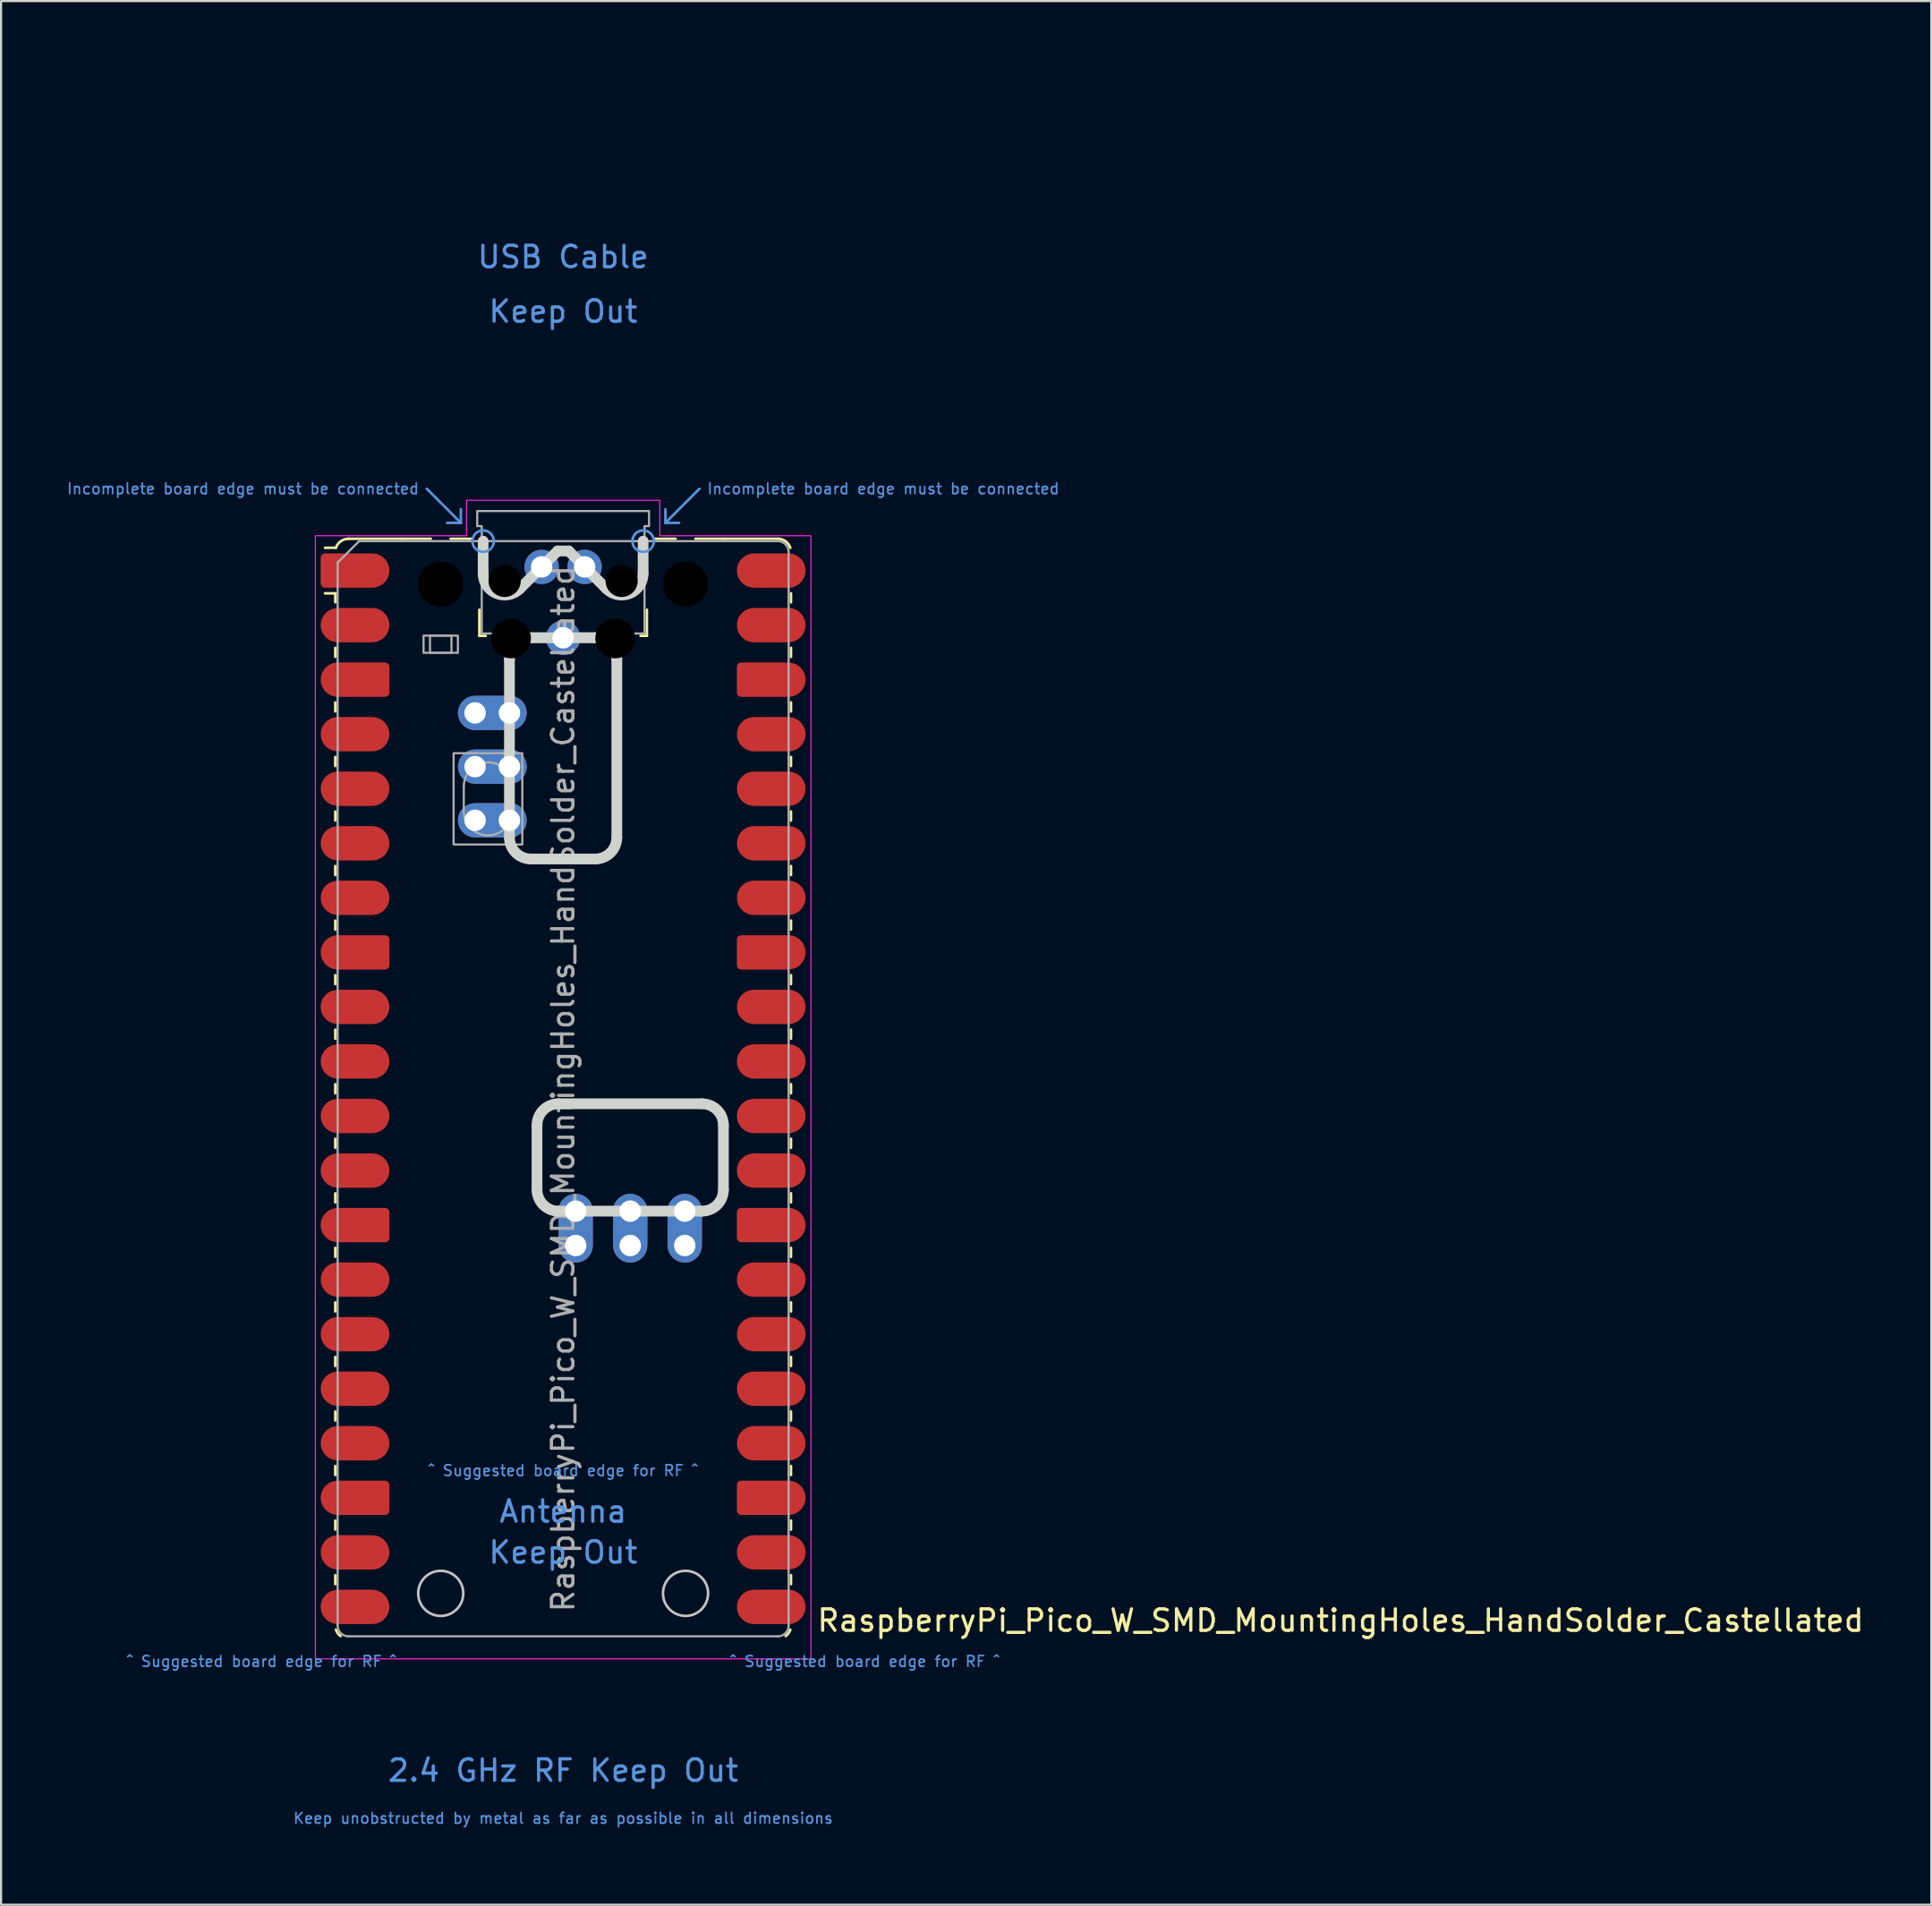
<source format=kicad_pcb>
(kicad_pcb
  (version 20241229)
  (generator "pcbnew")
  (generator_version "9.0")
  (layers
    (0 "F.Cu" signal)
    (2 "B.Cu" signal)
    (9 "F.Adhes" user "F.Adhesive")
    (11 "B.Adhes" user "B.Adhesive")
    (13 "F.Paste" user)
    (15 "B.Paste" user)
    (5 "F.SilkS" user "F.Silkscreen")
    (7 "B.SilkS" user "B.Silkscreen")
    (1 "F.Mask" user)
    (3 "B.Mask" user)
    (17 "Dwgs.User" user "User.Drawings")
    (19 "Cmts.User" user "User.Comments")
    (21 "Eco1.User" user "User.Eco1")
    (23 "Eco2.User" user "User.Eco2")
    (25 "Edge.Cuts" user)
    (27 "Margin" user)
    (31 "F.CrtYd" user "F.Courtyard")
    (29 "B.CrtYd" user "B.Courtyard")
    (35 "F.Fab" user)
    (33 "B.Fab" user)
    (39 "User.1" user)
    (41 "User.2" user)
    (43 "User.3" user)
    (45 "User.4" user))
  (footprint "RaspberryPi_Pico_W_SMD_MountingHoles_HandSolder_Castellated"
    (layer "F.Cu")
    (at 23.173 47.65)
    (property "Reference" "RaspberryPi_Pico_W_SMD_MountingHoles_HandSolder_Castellated" (at 11.748 24.765 0) (unlocked yes) (layer "F.SilkS") (effects (font (size 1 1) (thickness 0.15)) (justify left)))
    (attr smd)
    (fp_line (start -10.61 -23.07) (end -11.09 -23.07) (stroke (width 0.12) (type solid)) (layer "F.SilkS"))
    (fp_line (start -10.61 -23.07) (end -10.61 -22.65) (stroke (width 0.12) (type solid)) (layer "F.SilkS"))
    (fp_line (start -10.61 -20.53) (end -10.61 -20.11) (stroke (width 0.12) (type solid)) (layer "F.SilkS"))
    (fp_line (start -10.61 -17.99) (end -10.61 -17.57) (stroke (width 0.12) (type solid)) (layer "F.SilkS"))
    (fp_line (start -10.61 -15.45) (end -10.61 -15.03) (stroke (width 0.12) (type solid)) (layer "F.SilkS"))
    (fp_line (start -10.61 -12.91) (end -10.61 -12.49) (stroke (width 0.12) (type solid)) (layer "F.SilkS"))
    (fp_line (start -10.61 -10.37) (end -10.61 -9.95) (stroke (width 0.12) (type solid)) (layer "F.SilkS"))
    (fp_line (start -10.61 -7.83) (end -10.61 -7.41) (stroke (width 0.12) (type solid)) (layer "F.SilkS"))
    (fp_line (start -10.61 -5.29) (end -10.61 -4.87) (stroke (width 0.12) (type solid)) (layer "F.SilkS"))
    (fp_line (start -10.61 -2.75) (end -10.61 -2.33) (stroke (width 0.12) (type solid)) (layer "F.SilkS"))
    (fp_line (start -10.61 -0.21) (end -10.61 0.21) (stroke (width 0.12) (type solid)) (layer "F.SilkS"))
    (fp_line (start -10.61 2.33) (end -10.61 2.75) (stroke (width 0.12) (type solid)) (layer "F.SilkS"))
    (fp_line (start -10.61 4.87) (end -10.61 5.29) (stroke (width 0.12) (type solid)) (layer "F.SilkS"))
    (fp_line (start -10.61 7.41) (end -10.61 7.83) (stroke (width 0.12) (type solid)) (layer "F.SilkS"))
    (fp_line (start -10.61 9.95) (end -10.61 10.37) (stroke (width 0.12) (type solid)) (layer "F.SilkS"))
    (fp_line (start -10.61 12.49) (end -10.61 12.91) (stroke (width 0.12) (type solid)) (layer "F.SilkS"))
    (fp_line (start -10.61 15.03) (end -10.61 15.45) (stroke (width 0.12) (type solid)) (layer "F.SilkS"))
    (fp_line (start -10.61 17.57) (end -10.61 17.99) (stroke (width 0.12) (type solid)) (layer "F.SilkS"))
    (fp_line (start -10.61 20.11) (end -10.61 20.53) (stroke (width 0.12) (type solid)) (layer "F.SilkS"))
    (fp_line (start -10.61 22.65) (end -10.61 23.07) (stroke (width 0.12) (type solid)) (layer "F.SilkS"))
    (fp_line (start -10.58 -25.19) (end -11.09 -25.19) (stroke (width 0.12) (type solid)) (layer "F.SilkS"))
    (fp_line (start -10 -25.61) (end -7.51 -25.61) (stroke (width 0.12) (type solid)) (layer "F.SilkS"))
    (fp_line (start -7.51 -25.61) (end -6.162 -25.61) (stroke (width 0.12) (type solid)) (layer "F.SilkS"))
    (fp_line (start -5.238 -25.61) (end -4.235 -25.61) (stroke (width 0.12) (type solid)) (layer "F.SilkS"))
    (fp_line (start -3.9 -22.306) (end -3.9 -21.09) (stroke (width 0.12) (type solid)) (layer "F.SilkS"))
    (fp_line (start -3.9 -21.09) (end -3.604 -21.09) (stroke (width 0.12) (type solid)) (layer "F.SilkS"))
    (fp_line (start 3.604 -21.09) (end 3.9 -21.09) (stroke (width 0.12) (type solid)) (layer "F.SilkS"))
    (fp_line (start 3.9 -22.306) (end 3.9 -21.09) (stroke (width 0.12) (type solid)) (layer "F.SilkS"))
    (fp_line (start 4.235 -25.61) (end 5.238 -25.61) (stroke (width 0.12) (type solid)) (layer "F.SilkS"))
    (fp_line (start 6.162 -25.61) (end 7.51 -25.61) (stroke (width 0.12) (type solid)) (layer "F.SilkS"))
    (fp_line (start 10 -25.61) (end 7.51 -25.61) (stroke (width 0.12) (type solid)) (layer "F.SilkS"))
    (fp_line (start 10.61 -23.07) (end 10.61 -22.65) (stroke (width 0.12) (type solid)) (layer "F.SilkS"))
    (fp_line (start 10.61 -20.53) (end 10.61 -20.11) (stroke (width 0.12) (type solid)) (layer "F.SilkS"))
    (fp_line (start 10.61 -17.99) (end 10.61 -17.57) (stroke (width 0.12) (type solid)) (layer "F.SilkS"))
    (fp_line (start 10.61 -15.45) (end 10.61 -15.03) (stroke (width 0.12) (type solid)) (layer "F.SilkS"))
    (fp_line (start 10.61 -12.91) (end 10.61 -12.49) (stroke (width 0.12) (type solid)) (layer "F.SilkS"))
    (fp_line (start 10.61 -10.37) (end 10.61 -9.95) (stroke (width 0.12) (type solid)) (layer "F.SilkS"))
    (fp_line (start 10.61 -7.83) (end 10.61 -7.41) (stroke (width 0.12) (type solid)) (layer "F.SilkS"))
    (fp_line (start 10.61 -5.29) (end 10.61 -4.87) (stroke (width 0.12) (type solid)) (layer "F.SilkS"))
    (fp_line (start 10.61 -2.75) (end 10.61 -2.33) (stroke (width 0.12) (type solid)) (layer "F.SilkS"))
    (fp_line (start 10.61 -0.21) (end 10.61 0.21) (stroke (width 0.12) (type solid)) (layer "F.SilkS"))
    (fp_line (start 10.61 2.33) (end 10.61 2.75) (stroke (width 0.12) (type solid)) (layer "F.SilkS"))
    (fp_line (start 10.61 4.87) (end 10.61 5.29) (stroke (width 0.12) (type solid)) (layer "F.SilkS"))
    (fp_line (start 10.61 7.41) (end 10.61 7.83) (stroke (width 0.12) (type solid)) (layer "F.SilkS"))
    (fp_line (start 10.61 9.95) (end 10.61 10.37) (stroke (width 0.12) (type solid)) (layer "F.SilkS"))
    (fp_line (start 10.61 12.49) (end 10.61 12.91) (stroke (width 0.12) (type solid)) (layer "F.SilkS"))
    (fp_line (start 10.61 15.03) (end 10.61 15.45) (stroke (width 0.12) (type solid)) (layer "F.SilkS"))
    (fp_line (start 10.61 17.57) (end 10.61 17.99) (stroke (width 0.12) (type solid)) (layer "F.SilkS"))
    (fp_line (start 10.61 20.11) (end 10.61 20.53) (stroke (width 0.12) (type solid)) (layer "F.SilkS"))
    (fp_line (start 10.61 22.65) (end 10.61 23.07) (stroke (width 0.12) (type solid)) (layer "F.SilkS"))
    (fp_arc (start -10.579676 -25.189937) (mid -10.357938 -25.493944) (end -10 -25.61) (stroke (width 0.12) (type solid)) (layer "F.SilkS"))
    (fp_arc (start -10.363318 25.49) (mid -10.494791 25.356765) (end -10.579676 25.189937) (stroke (width 0.12) (type solid)) (layer "F.SilkS"))
    (fp_arc (start 10 -25.61) (mid 10.357937 -25.493944) (end 10.579676 -25.189937) (stroke (width 0.12) (type solid)) (layer "F.SilkS"))
    (fp_arc (start 10.579676 25.189937) (mid 10.494803 25.356773) (end 10.363318 25.49) (stroke (width 0.12) (type solid)) (layer "F.SilkS"))
    (fp_circle (center -5.7 23.5) (end -4.65 23.5) (stroke (width 0.12) (type solid)) (fill no) (layer "Dwgs.User"))
    (fp_circle (center 5.7 23.5) (end 6.75 23.5) (stroke (width 0.12) (type solid)) (fill no) (layer "Dwgs.User"))
    (fp_line (start -6.35 -27.94) (end -4.763 -26.352) (stroke (width 0.12) (type solid)) (layer "Cmts.User"))
    (fp_line (start -4.763 -26.352) (end -5.397 -26.352) (stroke (width 0.12) (type solid)) (layer "Cmts.User"))
    (fp_line (start -4.763 -26.352) (end -4.763 -26.988) (stroke (width 0.12) (type solid)) (layer "Cmts.User"))
    (fp_line (start 4.763 -26.352) (end 4.763 -26.988) (stroke (width 0.12) (type solid)) (layer "Cmts.User"))
    (fp_line (start 4.763 -26.352) (end 5.397 -26.352) (stroke (width 0.12) (type solid)) (layer "Cmts.User"))
    (fp_line (start 6.35 -27.94) (end 4.763 -26.352) (stroke (width 0.12) (type solid)) (layer "Cmts.User"))
    (fp_circle (center -3.725 -25.5) (end -3.225 -25.5) (stroke (width 0.12) (type solid)) (fill no) (layer "Cmts.User"))
    (fp_circle (center 3.725 -25.5) (end 3.225 -25.5) (stroke (width 0.12) (type solid)) (fill no) (layer "Cmts.User"))
    (fp_line (start -3.725 -23.989) (end -3.725 -25.5) (stroke (width 0.5) (type solid)) (layer "Edge.Cuts"))
    (fp_line (start -2.5 -20) (end -2.5 -11.7) (stroke (width 0.5) (type solid)) (layer "Edge.Cuts"))
    (fp_line (start -2.018 -23.282) (end -0.258 -25.042) (stroke (width 0.5) (type solid)) (layer "Edge.Cuts"))
    (fp_line (start -1.216 4.7) (end -1.216 1.7) (stroke (width 0.5) (type solid)) (layer "Edge.Cuts"))
    (fp_line (start -0.216 5.7) (end 6.464 5.7) (stroke (width 0.5) (type solid)) (layer "Edge.Cuts"))
    (fp_line (start 0.258 -25.042) (end -0.258 -25.042) (stroke (width 0.5) (type solid)) (layer "Edge.Cuts"))
    (fp_line (start 1.5 -21) (end -1.5 -21) (stroke (width 0.5) (type solid)) (layer "Edge.Cuts"))
    (fp_line (start 1.5 -10.7) (end -1.5 -10.7) (stroke (width 0.5) (type solid)) (layer "Edge.Cuts"))
    (fp_line (start 2.018 -23.282) (end 0.258 -25.042) (stroke (width 0.5) (type solid)) (layer "Edge.Cuts"))
    (fp_line (start 2.5 -11.7) (end 2.5 -20) (stroke (width 0.5) (type solid)) (layer "Edge.Cuts"))
    (fp_line (start 3.725 -23.989) (end 3.725 -25.5) (stroke (width 0.5) (type solid)) (layer "Edge.Cuts"))
    (fp_line (start 6.464 0.7) (end -0.216 0.7) (stroke (width 0.5) (type solid)) (layer "Edge.Cuts"))
    (fp_line (start 7.464 1.7) (end 7.464 4.7) (stroke (width 0.5) (type solid)) (layer "Edge.Cuts"))
    (fp_arc (start -2.5 -20) (mid -2.207118 -20.707118) (end -1.5 -21) (stroke (width 0.5) (type solid)) (layer "Edge.Cuts"))
    (fp_arc (start -2.017893 -23.282106) (mid -3.107711 -23.065266) (end -3.725 -23.989213) (stroke (width 0.5) (type solid)) (layer "Edge.Cuts"))
    (fp_arc (start -1.5 -10.7) (mid -2.20711 -10.99289) (end -2.5 -11.7) (stroke (width 0.5) (type solid)) (layer "Edge.Cuts"))
    (fp_arc (start -1.2159 1.7) (mid -0.923007 0.992893) (end -0.2159 0.7) (stroke (width 0.5) (type solid)) (layer "Edge.Cuts"))
    (fp_arc (start -0.2159 5.7) (mid -0.923007 5.407107) (end -1.2159 4.7) (stroke (width 0.5) (type solid)) (layer "Edge.Cuts"))
    (fp_arc (start 1.5 -21) (mid 2.207107 -20.707107) (end 2.5 -20) (stroke (width 0.5) (type solid)) (layer "Edge.Cuts"))
    (fp_arc (start 2.5 -11.7) (mid 2.207095 -10.992905) (end 1.5 -10.7) (stroke (width 0.5) (type solid)) (layer "Edge.Cuts"))
    (fp_arc (start 3.725 -23.989213) (mid 3.107698 -23.06529) (end 2.017893 -23.282106) (stroke (width 0.5) (type solid)) (layer "Edge.Cuts"))
    (fp_arc (start 6.4641 0.7) (mid 7.171207 0.992893) (end 7.4641 1.7) (stroke (width 0.5) (type solid)) (layer "Edge.Cuts"))
    (fp_arc (start 7.4641 4.7) (mid 7.171207 5.407107) (end 6.4641 5.7) (stroke (width 0.5) (type solid)) (layer "Edge.Cuts"))
    (fp_poly (pts (xy -4.5 -27.4) (xy 4.5 -27.4) (xy 4.5 -25.75) (xy 11.54 -25.75) (xy 11.54 26.55) (xy -11.54 26.55) (xy -11.54 -25.75) (xy -4.5 -25.75)) (stroke (width 0.05) (type solid)) (fill no) (layer "F.CrtYd"))
    (fp_line (start -10.5 -24.5) (end -9.5 -25.5) (stroke (width 0.1) (type solid)) (layer "F.Fab"))
    (fp_line (start -10.5 25) (end -10.5 -24.5) (stroke (width 0.1) (type solid)) (layer "F.Fab"))
    (fp_line (start -9.5 -25.5) (end 10 -25.5) (stroke (width 0.1) (type solid)) (layer "F.Fab"))
    (fp_line (start -4.625 -14.075) (end -4.625 -12.925) (stroke (width 0.1) (type solid)) (layer "F.Fab"))
    (fp_line (start -2.375 -14.075) (end -2.375 -12.925) (stroke (width 0.1) (type solid)) (layer "F.Fab"))
    (fp_line (start 10 25.5) (end -10 25.5) (stroke (width 0.1) (type solid)) (layer "F.Fab"))
    (fp_line (start 10.5 -25) (end 10.5 25) (stroke (width 0.1) (type solid)) (layer "F.Fab"))
    (fp_rect (start -6.5 -21.1) (end -4.9 -20.3) (stroke (width 0.1) (type solid)) (fill no) (layer "F.Fab"))
    (fp_rect (start -6.2 -21.1) (end -5.2 -20.3) (stroke (width 0.1) (type solid)) (fill no) (layer "F.Fab"))
    (fp_rect (start -5.1 -15.625) (end -1.9 -11.375) (stroke (width 0.1) (type solid)) (fill no) (layer "F.Fab"))
    (fp_arc (start -10 25.5) (mid -10.353553 25.353553) (end -10.5 25) (stroke (width 0.1) (type solid)) (layer "F.Fab"))
    (fp_arc (start -4.625 -14.075) (mid -3.5 -15.2) (end -2.375 -14.075) (stroke (width 0.1) (type solid)) (layer "F.Fab"))
    (fp_arc (start -2.375 -12.925) (mid -3.5 -11.8) (end -4.625 -12.925) (stroke (width 0.1) (type solid)) (layer "F.Fab"))
    (fp_arc (start 10 -25.5) (mid 10.353553 -25.353553) (end 10.5 -25) (stroke (width 0.1) (type solid)) (layer "F.Fab"))
    (fp_arc (start 10.5 25) (mid 10.353553 25.353553) (end 10 25.5) (stroke (width 0.1) (type solid)) (layer "F.Fab"))
    (fp_poly (pts (xy 3.79 -21.2) (xy 3.79 -26.2) (xy 4 -26.2) (xy 4 -26.9) (xy -4 -26.9) (xy -4 -26.2) (xy -3.79 -26.2) (xy -3.79 -21.2)) (stroke (width 0.1) (type solid)) (fill no) (layer "F.Fab"))
    (fp_text user "^ Suggested board edge for RF ^" (at -14.05 26.67 0) (unlocked yes) (layer "Cmts.User") (effects (font (size 0.5 0.5) (thickness 0.075))))
    (fp_text user "Keep unobstructed by metal as far as possible in all dimensions" (at 0 33.972 0) (unlocked yes) (layer "Cmts.User") (effects (font (size 0.5 0.5) (thickness 0.075))))
    (fp_text user "Incomplete board edge must be connected" (at -6.668 -27.94 0) (unlocked yes) (layer "Cmts.User") (effects (font (size 0.5 0.5) (thickness 0.075)) (justify right)))
    (fp_text user "USB Cable" (at 0 -38.735 0) (unlocked yes) (layer "Cmts.User") (effects (font (size 1 1) (thickness 0.15))))
    (fp_text user "^ Suggested board edge for RF ^" (at 0 17.78 0) (unlocked yes) (layer "Cmts.User") (effects (font (size 0.5 0.5) (thickness 0.075))))
    (fp_text user "Incomplete board edge must be connected" (at 6.668 -27.94 0) (unlocked yes) (layer "Cmts.User") (effects (font (size 0.5 0.5) (thickness 0.075)) (justify left)))
    (fp_text user "Antenna" (at 0 19.685 0) (unlocked yes) (layer "Cmts.User") (effects (font (size 1 1) (thickness 0.15))))
    (fp_text user "Keep Out" (at 0 -36.195 0) (unlocked yes) (layer "Cmts.User") (effects (font (size 1 1) (thickness 0.15))))
    (fp_text user "2.4 GHz RF Keep Out" (at 0 31.75 0) (unlocked yes) (layer "Cmts.User") (effects (font (size 1 1) (thickness 0.15))))
    (fp_text user "^ Suggested board edge for RF ^" (at 14.05 26.67 0) (unlocked yes) (layer "Cmts.User") (effects (font (size 0.5 0.5) (thickness 0.075))))
    (fp_text user "Keep Out" (at 0 21.59 0) (unlocked yes) (layer "Cmts.User") (effects (font (size 1 1) (thickness 0.15))))
    (fp_text user "${REFERENCE}" (at 0 0 90) (layer "F.Fab") (effects (font (size 1 1) (thickness 0.15))))
    (pad "" np_thru_hole circle (at -5.7 -23.5) (size 3.8 3.8) (drill 2.1) (layers "*.Mask"))
    (pad "" np_thru_hole circle (at -2.725 -23.65) (size 1.5 1.5) (drill 1.5) (layers "*.Mask"))
    (pad "" np_thru_hole circle (at -2.425 -20.97) (size 1.85 1.85) (drill 1.85) (layers "*.Mask"))
    (pad "" np_thru_hole circle (at 2.425 -20.97) (size 1.85 1.85) (drill 1.85) (layers "*.Mask"))
    (pad "" np_thru_hole circle (at 2.725 -23.65) (size 1.5 1.5) (drill 1.5) (layers "*.Mask"))
    (pad "" np_thru_hole circle (at 5.7 -23.5) (size 3.8 3.8) (drill 2.1) (layers "*.Mask"))
    (pad "1" smd custom (at -8.89 -24.13) (size 1.6 1.6) (layers "F.Cu" "F.Mask" "F.Paste") (options (anchor circle)) (primitives (gr_poly (pts (xy -2.4 0.6) (xy -2.4 -0.6) (xy -2.2 -0.8) (xy 0 -0.8) (xy 0 0.8) (xy -2.2 0.8)) (width 0) (fill yes)) (gr_circle (center -2.2 0.6) (end -2 0.6) (width 0) (fill yes)) (gr_circle (center -2.2 -0.6) (end -2 -0.6) (width 0) (fill yes))))
    (pad "2" smd roundrect (at -8.89 -21.59) (size 3.2 1.6) (drill (offset -0.8 0)) (layers "F.Cu" "F.Mask" "F.Paste") (roundrect_rratio 0.5))
    (pad "3" smd custom (at -8.89 -19.05) (size 1.6 1.6) (layers "F.Cu" "F.Mask" "F.Paste") (options (anchor circle)) (primitives (gr_poly (pts (xy 0.8 -0.6) (xy 0.8 0.6) (xy 0.6 0.8) (xy -1.6 0.8) (xy -1.6 -0.8) (xy 0.6 -0.8)) (width 0) (fill yes)) (gr_circle (center 0.6 0.6) (end 0.8 0.6) (width 0) (fill yes)) (gr_circle (center 0.6 -0.6) (end 0.8 -0.6) (width 0) (fill yes)) (gr_circle (center -1.6 0) (end -0.8 0) (width 0) (fill yes))))
    (pad "4" smd roundrect (at -8.89 -16.51) (size 3.2 1.6) (drill (offset -0.8 0)) (layers "F.Cu" "F.Mask" "F.Paste") (roundrect_rratio 0.5))
    (pad "5" smd roundrect (at -8.89 -13.97) (size 3.2 1.6) (drill (offset -0.8 0)) (layers "F.Cu" "F.Mask" "F.Paste") (roundrect_rratio 0.5))
    (pad "6" smd roundrect (at -8.89 -11.43) (size 3.2 1.6) (drill (offset -0.8 0)) (layers "F.Cu" "F.Mask" "F.Paste") (roundrect_rratio 0.5))
    (pad "7" smd roundrect (at -8.89 -8.89) (size 3.2 1.6) (drill (offset -0.8 0)) (layers "F.Cu" "F.Mask" "F.Paste") (roundrect_rratio 0.5))
    (pad "8" smd custom (at -8.89 -6.35) (size 1.6 1.6) (layers "F.Cu" "F.Mask" "F.Paste") (options (anchor circle)) (primitives (gr_poly (pts (xy 0.8 -0.6) (xy 0.8 0.6) (xy 0.6 0.8) (xy -1.6 0.8) (xy -1.6 -0.8) (xy 0.6 -0.8)) (width 0) (fill yes)) (gr_circle (center 0.6 0.6) (end 0.8 0.6) (width 0) (fill yes)) (gr_circle (center 0.6 -0.6) (end 0.8 -0.6) (width 0) (fill yes)) (gr_circle (center -1.6 0) (end -0.8 0) (width 0) (fill yes))))
    (pad "9" smd roundrect (at -8.89 -3.81) (size 3.2 1.6) (drill (offset -0.8 0)) (layers "F.Cu" "F.Mask" "F.Paste") (roundrect_rratio 0.5))
    (pad "10" smd roundrect (at -8.89 -1.27) (size 3.2 1.6) (drill (offset -0.8 0)) (layers "F.Cu" "F.Mask" "F.Paste") (roundrect_rratio 0.5))
    (pad "11" smd roundrect (at -8.89 1.27) (size 3.2 1.6) (drill (offset -0.8 0)) (layers "F.Cu" "F.Mask" "F.Paste") (roundrect_rratio 0.5))
    (pad "12" smd roundrect (at -8.89 3.81) (size 3.2 1.6) (drill (offset -0.8 0)) (layers "F.Cu" "F.Mask" "F.Paste") (roundrect_rratio 0.5))
    (pad "13" smd custom (at -8.89 6.35) (size 1.6 1.6) (layers "F.Cu" "F.Mask" "F.Paste") (options (anchor circle)) (primitives (gr_poly (pts (xy 0.8 -0.6) (xy 0.8 0.6) (xy 0.6 0.8) (xy -1.6 0.8) (xy -1.6 -0.8) (xy 0.6 -0.8)) (width 0) (fill yes)) (gr_circle (center 0.6 0.6) (end 0.8 0.6) (width 0) (fill yes)) (gr_circle (center 0.6 -0.6) (end 0.8 -0.6) (width 0) (fill yes)) (gr_circle (center -1.6 0) (end -0.8 0) (width 0) (fill yes))))
    (pad "14" smd roundrect (at -8.89 8.89) (size 3.2 1.6) (drill (offset -0.8 0)) (layers "F.Cu" "F.Mask" "F.Paste") (roundrect_rratio 0.5))
    (pad "15" smd roundrect (at -8.89 11.43) (size 3.2 1.6) (drill (offset -0.8 0)) (layers "F.Cu" "F.Mask" "F.Paste") (roundrect_rratio 0.5))
    (pad "16" smd roundrect (at -8.89 13.97) (size 3.2 1.6) (drill (offset -0.8 0)) (layers "F.Cu" "F.Mask" "F.Paste") (roundrect_rratio 0.5))
    (pad "17" smd roundrect (at -8.89 16.51) (size 3.2 1.6) (drill (offset -0.8 0)) (layers "F.Cu" "F.Mask" "F.Paste") (roundrect_rratio 0.5))
    (pad "18" smd custom (at -8.89 19.05) (size 1.6 1.6) (layers "F.Cu" "F.Mask" "F.Paste") (options (anchor circle)) (primitives (gr_poly (pts (xy 0.8 -0.6) (xy 0.8 0.6) (xy 0.6 0.8) (xy -1.6 0.8) (xy -1.6 -0.8) (xy 0.6 -0.8)) (width 0) (fill yes)) (gr_circle (center 0.6 0.6) (end 0.8 0.6) (width 0) (fill yes)) (gr_circle (center 0.6 -0.6) (end 0.8 -0.6) (width 0) (fill yes)) (gr_circle (center -1.6 0) (end -0.8 0) (width 0) (fill yes))))
    (pad "19" smd roundrect (at -8.89 21.59) (size 3.2 1.6) (drill (offset -0.8 0)) (layers "F.Cu" "F.Mask" "F.Paste") (roundrect_rratio 0.5))
    (pad "20" smd roundrect (at -8.89 24.13) (size 3.2 1.6) (drill (offset -0.8 0)) (layers "F.Cu" "F.Mask" "F.Paste") (roundrect_rratio 0.5))
    (pad "21" smd roundrect (at 8.89 24.13) (size 3.2 1.6) (drill (offset 0.8 0)) (layers "F.Cu" "F.Mask" "F.Paste") (roundrect_rratio 0.5))
    (pad "22" smd roundrect (at 8.89 21.59) (size 3.2 1.6) (drill (offset 0.8 0)) (layers "F.Cu" "F.Mask" "F.Paste") (roundrect_rratio 0.5))
    (pad "23" smd custom (at 8.89 19.05) (size 1.6 1.6) (layers "F.Cu" "F.Mask" "F.Paste") (options (anchor circle)) (primitives (gr_poly (pts (xy -0.8 -0.6) (xy -0.8 0.6) (xy -0.6 0.8) (xy 1.6 0.8) (xy 1.6 -0.8) (xy -0.6 -0.8)) (width 0) (fill yes)) (gr_circle (center -0.6 0.6) (end -0.4 0.6) (width 0) (fill yes)) (gr_circle (center -0.6 -0.6) (end -0.4 -0.6) (width 0) (fill yes)) (gr_circle (center 1.6 0) (end 2.4 0) (width 0) (fill yes))))
    (pad "24" smd roundrect (at 8.89 16.51) (size 3.2 1.6) (drill (offset 0.8 0)) (layers "F.Cu" "F.Mask" "F.Paste") (roundrect_rratio 0.5))
    (pad "25" smd roundrect (at 8.89 13.97) (size 3.2 1.6) (drill (offset 0.8 0)) (layers "F.Cu" "F.Mask" "F.Paste") (roundrect_rratio 0.5))
    (pad "26" smd roundrect (at 8.89 11.43) (size 3.2 1.6) (drill (offset 0.8 0)) (layers "F.Cu" "F.Mask" "F.Paste") (roundrect_rratio 0.5))
    (pad "27" smd roundrect (at 8.89 8.89) (size 3.2 1.6) (drill (offset 0.8 0)) (layers "F.Cu" "F.Mask" "F.Paste") (roundrect_rratio 0.5))
    (pad "28" smd custom (at 8.89 6.35) (size 1.6 1.6) (layers "F.Cu" "F.Mask" "F.Paste") (options (anchor circle)) (primitives (gr_poly (pts (xy -0.8 -0.6) (xy -0.8 0.6) (xy -0.6 0.8) (xy 1.6 0.8) (xy 1.6 -0.8) (xy -0.6 -0.8)) (width 0) (fill yes)) (gr_circle (center -0.6 0.6) (end -0.4 0.6) (width 0) (fill yes)) (gr_circle (center -0.6 -0.6) (end -0.4 -0.6) (width 0) (fill yes)) (gr_circle (center 1.6 0) (end 2.4 0) (width 0) (fill yes))))
    (pad "29" smd roundrect (at 8.89 3.81) (size 3.2 1.6) (drill (offset 0.8 0)) (layers "F.Cu" "F.Mask" "F.Paste") (roundrect_rratio 0.5))
    (pad "30" smd roundrect (at 8.89 1.27) (size 3.2 1.6) (drill (offset 0.8 0)) (layers "F.Cu" "F.Mask" "F.Paste") (roundrect_rratio 0.5))
    (pad "31" smd roundrect (at 8.89 -1.27) (size 3.2 1.6) (drill (offset 0.8 0)) (layers "F.Cu" "F.Mask" "F.Paste") (roundrect_rratio 0.5))
    (pad "32" smd roundrect (at 8.89 -3.81) (size 3.2 1.6) (drill (offset 0.8 0)) (layers "F.Cu" "F.Mask" "F.Paste") (roundrect_rratio 0.5))
    (pad "33" smd custom (at 8.89 -6.35) (size 1.6 1.6) (layers "F.Cu" "F.Mask" "F.Paste") (options (anchor circle)) (primitives (gr_poly (pts (xy -0.8 -0.6) (xy -0.8 0.6) (xy -0.6 0.8) (xy 1.6 0.8) (xy 1.6 -0.8) (xy -0.6 -0.8)) (width 0) (fill yes)) (gr_circle (center -0.6 0.6) (end -0.4 0.6) (width 0) (fill yes)) (gr_circle (center -0.6 -0.6) (end -0.4 -0.6) (width 0) (fill yes)) (gr_circle (center 1.6 0) (end 2.4 0) (width 0) (fill yes))))
    (pad "34" smd roundrect (at 8.89 -8.89) (size 3.2 1.6) (drill (offset 0.8 0)) (layers "F.Cu" "F.Mask" "F.Paste") (roundrect_rratio 0.5))
    (pad "35" smd roundrect (at 8.89 -11.43) (size 3.2 1.6) (drill (offset 0.8 0)) (layers "F.Cu" "F.Mask" "F.Paste") (roundrect_rratio 0.5))
    (pad "36" smd roundrect (at 8.89 -13.97) (size 3.2 1.6) (drill (offset 0.8 0)) (layers "F.Cu" "F.Mask" "F.Paste") (roundrect_rratio 0.5))
    (pad "37" smd roundrect (at 8.89 -16.51) (size 3.2 1.6) (drill (offset 0.8 0)) (layers "F.Cu" "F.Mask" "F.Paste") (roundrect_rratio 0.5))
    (pad "38" smd custom (at 8.89 -19.05) (size 1.6 1.6) (layers "F.Cu" "F.Mask" "F.Paste") (options (anchor circle)) (primitives (gr_poly (pts (xy -0.8 -0.6) (xy -0.8 0.6) (xy -0.6 0.8) (xy 1.6 0.8) (xy 1.6 -0.8) (xy -0.6 -0.8)) (width 0) (fill yes)) (gr_circle (center -0.6 0.6) (end -0.4 0.6) (width 0) (fill yes)) (gr_circle (center -0.6 -0.6) (end -0.4 -0.6) (width 0) (fill yes)) (gr_circle (center 1.6 0) (end 2.4 0) (width 0) (fill yes))))
    (pad "39" smd roundrect (at 8.89 -21.59) (size 3.2 1.6) (drill (offset 0.8 0)) (layers "F.Cu" "F.Mask" "F.Paste") (roundrect_rratio 0.5))
    (pad "40" smd roundrect (at 8.89 -24.13) (size 3.2 1.6) (drill (offset 0.8 0)) (layers "F.Cu" "F.Mask" "F.Paste") (roundrect_rratio 0.5))
    (pad "D1" thru_hole circle (at 0.584 5.7) (size 1.6 1.6) (drill 1) (property pad_prop_castellated) (layers "*.Cu" "*.Mask"))
    (pad "D1" thru_hole roundrect (at 0.584 7.3) (size 1.6 3.2) (drill 1 (offset 0 -0.8)) (property pad_prop_castellated) (layers "*.Cu" "*.Mask") (roundrect_rratio 0.5))
    (pad "D2" thru_hole circle (at 3.124 5.7) (size 1.6 1.6) (drill 1) (property pad_prop_castellated) (layers "*.Cu" "*.Mask"))
    (pad "D2" thru_hole roundrect (at 3.124 7.3) (size 1.6 3.2) (drill 1 (offset 0 -0.8)) (property pad_prop_castellated) (layers "*.Cu" "*.Mask") (roundrect_rratio 0.5))
    (pad "D3" thru_hole circle (at 5.664 5.7) (size 1.6 1.6) (drill 1) (property pad_prop_castellated) (layers "*.Cu" "*.Mask"))
    (pad "D3" thru_hole roundrect (at 5.664 7.3) (size 1.6 3.2) (drill 1 (offset 0 -0.8)) (property pad_prop_castellated) (layers "*.Cu" "*.Mask") (roundrect_rratio 0.5))
    (pad "TP1" thru_hole circle (at 0 -21) (size 1.6 1.6) (drill 1) (property pad_prop_castellated) (layers "*.Cu" "*.Mask"))
    (pad "TP2" thru_hole circle (at 1 -24.3) (size 1.6 1.6) (drill 1) (property pad_prop_castellated) (layers "*.Cu" "*.Mask"))
    (pad "TP3" thru_hole circle (at -1 -24.3) (size 1.6 1.6) (drill 1) (property pad_prop_castellated) (layers "*.Cu" "*.Mask"))
    (pad "TP4" thru_hole roundrect (at -4.1 -17.5) (size 3.2 1.6) (drill 1 (offset 0.8 0)) (property pad_prop_castellated) (layers "*.Cu" "*.Mask") (roundrect_rratio 0.5))
    (pad "TP4" thru_hole circle (at -2.5 -17.5) (size 1.6 1.6) (drill 1) (property pad_prop_castellated) (layers "*.Cu" "*.Mask"))
    (pad "TP5" thru_hole roundrect (at -4.1 -15) (size 3.2 1.6) (drill 1 (offset 0.8 0)) (property pad_prop_castellated) (layers "*.Cu" "*.Mask") (roundrect_rratio 0.5))
    (pad "TP5" thru_hole circle (at -2.5 -15) (size 1.6 1.6) (drill 1) (property pad_prop_castellated) (layers "*.Cu" "*.Mask"))
    (pad "TP6" thru_hole roundrect (at -4.1 -12.5) (size 3.2 1.6) (drill 1 (offset 0.8 0)) (property pad_prop_castellated) (layers "*.Cu" "*.Mask") (roundrect_rratio 0.5))
    (pad "TP6" thru_hole circle (at -2.5 -12.5) (size 1.6 1.6) (drill 1) (property pad_prop_castellated) (layers "*.Cu" "*.Mask"))
    (zone (net_name "") (layers "F.Cu" "B.Cu" "F.Paste" "B.Paste") (name "RF Copper Keep Out") (hatch full 0.5) (connect_pads) (min_thickness 0.254) (filled_areas_thickness no) (keepout (tracks not_allowed) (vias not_allowed) (pads not_allowed) (copperpour not_allowed) (footprints not_allowed)) (placement (enabled no)) (fill) (polygon (pts (xy 2.173 72.65) (xy 44.173 72.65) (xy 44.173 82.65) (xy 2.173 82.65))))
    (zone (net_name "") (layers "F.Cu" "B.Cu" "F.Paste" "B.Paste") (name "Antenna Copper Keep Out") (hatch full 0.5) (connect_pads) (min_thickness 0.254) (filled_areas_thickness no) (keepout (tracks not_allowed) (vias not_allowed) (pads not_allowed) (copperpour not_allowed) (footprints not_allowed)) (placement (enabled no)) (fill) (polygon (pts (xy 20.773 72.64) (xy 16.073 68.99) (xy 16.073 64.65) (xy 30.273 64.65) (xy 30.273 68.99) (xy 25.573 72.64) (xy 25.573 72.65) (xy 20.773 72.65))))
    (zone (net_name "") (layer "Edge.Cuts") (name "Board Keep Out USB Cable") (hatch edge 0.5) (connect_pads) (min_thickness 0.254) (filled_areas_thickness no) (keepout (tracks allowed) (vias allowed) (pads allowed) (copperpour allowed) (footprints allowed)) (placement (enabled no)) (fill) (polygon (pts (xy 16.973 0) (xy 29.373 0) (xy 29.373 20.4) (xy 16.973 20.4))))
    (zone (net_name "") (layer "Edge.Cuts") (name "Board Keep Out Suggestion RF") (hatch edge 0.5) (connect_pads) (min_thickness 0.254) (filled_areas_thickness no) (keepout (tracks allowed) (vias allowed) (pads allowed) (copperpour allowed) (footprints allowed)) (placement (enabled no)) (fill) (polygon (pts (xy 30.273 73.65) (xy 44.173 73.65) (xy 44.173 82.65) (xy 2.173 82.65) (xy 2.173 73.65) (xy 16.073 73.65) (xy 16.073 64.65) (xy 30.273 64.65))))
    (zone (net_name "") (layer "Edge.Cuts") (name "Board Keep Out Castellated TP") (hatch edge 0.5) (connect_pads) (min_thickness 0.254) (filled_areas_thickness no) (keepout (tracks allowed) (vias allowed) (pads allowed) (copperpour allowed) (footprints allowed)) (placement (enabled no)) (fill) (polygon (pts (arc (start 24.673447 36.95) (mid 25.380554 36.657107) (end 25.673447 35.95)) (arc (start 25.673447 27.65) (mid 25.380554 26.942893) (end 24.673447 26.65)) (arc (start 21.673447 26.65) (mid 20.96634 26.942893) (end 20.673447 27.65)) (arc (start 20.673447 35.95) (mid 20.966343 36.657104) (end 21.673447 36.95)))))
    (zone (net_name "") (layer "Edge.Cuts") (name "Board Keep Out Castellated Debug") (hatch edge 0.5) (connect_pads) (min_thickness 0.254) (filled_areas_thickness no) (keepout (tracks allowed) (vias allowed) (pads allowed) (copperpour allowed) (footprints allowed)) (placement (enabled no)) (fill) (polygon (pts (arc (start 30.637547 52.35) (mid 30.344651 53.057104) (end 29.637547 53.35)) (arc (start 22.957547 53.35) (mid 22.25044 53.057107) (end 21.957547 52.35)) (arc (start 21.957547 49.35) (mid 22.250443 48.642896) (end 22.957547 48.35)) (arc (start 29.637547 48.35) (mid 30.344654 48.642893) (end 30.637547 49.35)))))
    (zone (net_name "") (layer "Edge.Cuts") (name "Board Keep Out Castellated USB") (hatch edge 0.5) (connect_pads) (min_thickness 0.25) (filled_areas_thickness no) (keepout (tracks allowed) (vias allowed) (pads allowed) (copperpour allowed) (footprints allowed)) (placement (enabled no)) (fill) (polygon (pts (arc (start 20.448447 20.607538) (mid 19.74134 20.900431) (end 19.448447 21.607538)) (arc (start 19.448447 23.660787) (mid 20.065759 24.584679) (end 21.155554 24.367894)) (xy 22.916 22.608) (xy 23.431 22.608) (arc (start 25.19134 24.367894) (mid 26.281135 24.584679) (end 26.898447 23.660787)) (arc (start 26.898447 21.607538) (mid 26.605554 20.900431) (end 25.898447 20.607538)))))
    (zone (net_name "") (layer "F.CrtYd") (name "USB Cable Keep Out") (hatch full 0.5) (connect_pads) (min_thickness 0.254) (filled_areas_thickness no) (keepout (tracks allowed) (vias allowed) (pads allowed) (copperpour allowed) (footprints not_allowed)) (placement (enabled no)) (fill) (polygon (pts (xy 17.423 19.95) (xy 19.233 19.95) (xy 19.233 20.25) (xy 27.113 20.25) (xy 27.113 19.95) (xy 28.923 19.95) (xy 28.923 0.45) (xy 17.423 0.45)))))
  (gr_rect
    (start -3 -3)
    (end 86.885 85.65)
    (stroke (width 0.1) (type default))
    (fill no)
    (layer "Edge.Cuts")))
</source>
